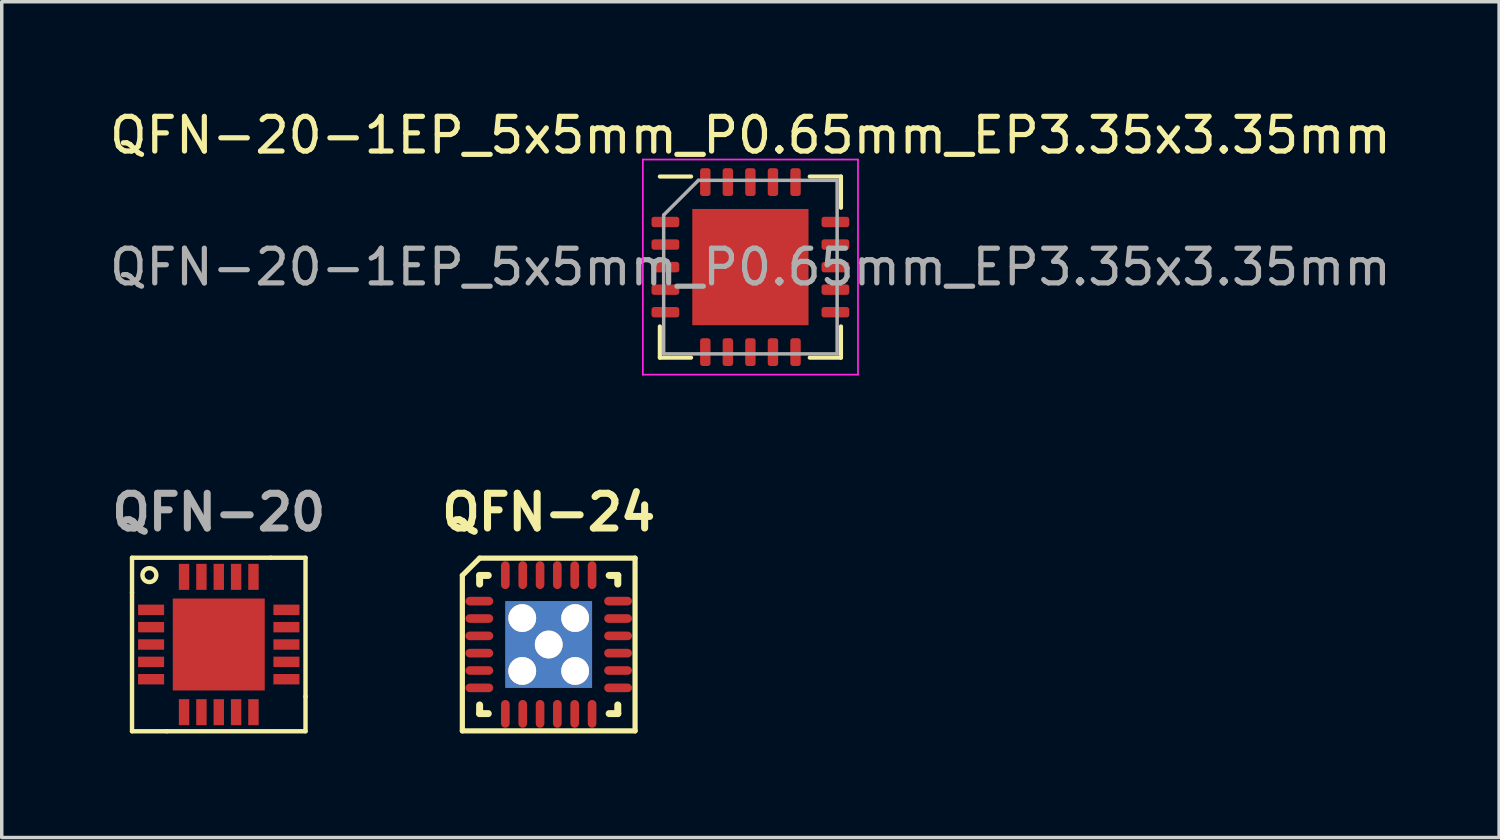
<source format=kicad_pcb>
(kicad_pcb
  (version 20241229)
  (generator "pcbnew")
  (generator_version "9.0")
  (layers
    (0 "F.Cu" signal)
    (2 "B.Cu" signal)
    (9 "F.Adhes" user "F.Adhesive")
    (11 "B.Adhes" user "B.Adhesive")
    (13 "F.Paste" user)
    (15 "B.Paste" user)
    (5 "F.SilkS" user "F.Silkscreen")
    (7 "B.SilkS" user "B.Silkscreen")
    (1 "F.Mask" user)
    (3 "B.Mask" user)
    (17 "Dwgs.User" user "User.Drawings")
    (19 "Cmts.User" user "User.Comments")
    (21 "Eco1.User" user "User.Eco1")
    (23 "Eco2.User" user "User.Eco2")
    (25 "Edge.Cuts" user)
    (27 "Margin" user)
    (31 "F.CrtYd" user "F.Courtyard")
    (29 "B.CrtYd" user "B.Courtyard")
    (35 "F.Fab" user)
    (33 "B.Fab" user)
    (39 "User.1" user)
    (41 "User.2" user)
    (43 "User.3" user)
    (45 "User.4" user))
  (footprint "QFN-20-1EP_5x5mm_P0.65mm_EP3.35x3.35mm"
    (layer "F.Cu")
    (at 18.577 4.648)
    (property "Reference" "QFN-20-1EP_5x5mm_P0.65mm_EP3.35x3.35mm" (at 0 -3.8 0) (layer "F.SilkS") (effects (font (size 1 1) (thickness 0.15))))
    (attr smd)
    (fp_line (start -2.61 2.61) (end -2.61 1.71) (stroke (width 0.12) (type solid)) (layer "F.SilkS"))
    (fp_line (start -1.71 -2.61) (end -2.61 -2.61) (stroke (width 0.12) (type solid)) (layer "F.SilkS"))
    (fp_line (start -1.71 2.61) (end -2.61 2.61) (stroke (width 0.12) (type solid)) (layer "F.SilkS"))
    (fp_line (start 1.71 -2.61) (end 2.61 -2.61) (stroke (width 0.12) (type solid)) (layer "F.SilkS"))
    (fp_line (start 1.71 2.61) (end 2.61 2.61) (stroke (width 0.12) (type solid)) (layer "F.SilkS"))
    (fp_line (start 2.61 -2.61) (end 2.61 -1.71) (stroke (width 0.12) (type solid)) (layer "F.SilkS"))
    (fp_line (start 2.61 2.61) (end 2.61 1.71) (stroke (width 0.12) (type solid)) (layer "F.SilkS"))
    (fp_line (start -3.1 -3.1) (end -3.1 3.1) (stroke (width 0.05) (type solid)) (layer "F.CrtYd"))
    (fp_line (start -3.1 3.1) (end 3.1 3.1) (stroke (width 0.05) (type solid)) (layer "F.CrtYd"))
    (fp_line (start 3.1 -3.1) (end -3.1 -3.1) (stroke (width 0.05) (type solid)) (layer "F.CrtYd"))
    (fp_line (start 3.1 3.1) (end 3.1 -3.1) (stroke (width 0.05) (type solid)) (layer "F.CrtYd"))
    (fp_line (start -2.5 -1.5) (end -1.5 -2.5) (stroke (width 0.1) (type solid)) (layer "F.Fab"))
    (fp_line (start -2.5 2.5) (end -2.5 -1.5) (stroke (width 0.1) (type solid)) (layer "F.Fab"))
    (fp_line (start -1.5 -2.5) (end 2.5 -2.5) (stroke (width 0.1) (type solid)) (layer "F.Fab"))
    (fp_line (start 2.5 -2.5) (end 2.5 2.5) (stroke (width 0.1) (type solid)) (layer "F.Fab"))
    (fp_line (start 2.5 2.5) (end -2.5 2.5) (stroke (width 0.1) (type solid)) (layer "F.Fab"))
    (fp_text user "${REFERENCE}" (at 0 0 0) (layer "F.Fab") (effects (font (size 1 1) (thickness 0.15))))
    (pad "" smd roundrect (at -0.84 -0.84) (size 1.35 1.35) (layers "F.Paste") (roundrect_rratio 0.185))
    (pad "" smd roundrect (at -0.84 0.84) (size 1.35 1.35) (layers "F.Paste") (roundrect_rratio 0.185))
    (pad "" smd roundrect (at 0.84 -0.84) (size 1.35 1.35) (layers "F.Paste") (roundrect_rratio 0.185))
    (pad "" smd roundrect (at 0.84 0.84) (size 1.35 1.35) (layers "F.Paste") (roundrect_rratio 0.185))
    (pad "1" smd roundrect (at -2.45 -1.3) (size 0.8 0.3) (layers "F.Cu" "F.Mask" "F.Paste") (roundrect_rratio 0.25))
    (pad "2" smd roundrect (at -2.45 -0.65) (size 0.8 0.3) (layers "F.Cu" "F.Mask" "F.Paste") (roundrect_rratio 0.25))
    (pad "3" smd roundrect (at -2.45 0) (size 0.8 0.3) (layers "F.Cu" "F.Mask" "F.Paste") (roundrect_rratio 0.25))
    (pad "4" smd roundrect (at -2.45 0.65) (size 0.8 0.3) (layers "F.Cu" "F.Mask" "F.Paste") (roundrect_rratio 0.25))
    (pad "5" smd roundrect (at -2.45 1.3) (size 0.8 0.3) (layers "F.Cu" "F.Mask" "F.Paste") (roundrect_rratio 0.25))
    (pad "6" smd roundrect (at -1.3 2.45) (size 0.3 0.8) (layers "F.Cu" "F.Mask" "F.Paste") (roundrect_rratio 0.25))
    (pad "7" smd roundrect (at -0.65 2.45) (size 0.3 0.8) (layers "F.Cu" "F.Mask" "F.Paste") (roundrect_rratio 0.25))
    (pad "8" smd roundrect (at 0 2.45) (size 0.3 0.8) (layers "F.Cu" "F.Mask" "F.Paste") (roundrect_rratio 0.25))
    (pad "9" smd roundrect (at 0.65 2.45) (size 0.3 0.8) (layers "F.Cu" "F.Mask" "F.Paste") (roundrect_rratio 0.25))
    (pad "10" smd roundrect (at 1.3 2.45) (size 0.3 0.8) (layers "F.Cu" "F.Mask" "F.Paste") (roundrect_rratio 0.25))
    (pad "11" smd roundrect (at 2.45 1.3) (size 0.8 0.3) (layers "F.Cu" "F.Mask" "F.Paste") (roundrect_rratio 0.25))
    (pad "12" smd roundrect (at 2.45 0.65) (size 0.8 0.3) (layers "F.Cu" "F.Mask" "F.Paste") (roundrect_rratio 0.25))
    (pad "13" smd roundrect (at 2.45 0) (size 0.8 0.3) (layers "F.Cu" "F.Mask" "F.Paste") (roundrect_rratio 0.25))
    (pad "14" smd roundrect (at 2.45 -0.65) (size 0.8 0.3) (layers "F.Cu" "F.Mask" "F.Paste") (roundrect_rratio 0.25))
    (pad "15" smd roundrect (at 2.45 -1.3) (size 0.8 0.3) (layers "F.Cu" "F.Mask" "F.Paste") (roundrect_rratio 0.25))
    (pad "16" smd roundrect (at 1.3 -2.45) (size 0.3 0.8) (layers "F.Cu" "F.Mask" "F.Paste") (roundrect_rratio 0.25))
    (pad "17" smd roundrect (at 0.65 -2.45) (size 0.3 0.8) (layers "F.Cu" "F.Mask" "F.Paste") (roundrect_rratio 0.25))
    (pad "18" smd roundrect (at 0 -2.45) (size 0.3 0.8) (layers "F.Cu" "F.Mask" "F.Paste") (roundrect_rratio 0.25))
    (pad "19" smd roundrect (at -0.65 -2.45) (size 0.3 0.8) (layers "F.Cu" "F.Mask" "F.Paste") (roundrect_rratio 0.25))
    (pad "20" smd roundrect (at -1.3 -2.45) (size 0.3 0.8) (layers "F.Cu" "F.Mask" "F.Paste") (roundrect_rratio 0.25))
    (pad "21" smd rect (at 0 0) (size 3.35 3.35) (layers "F.Cu" "F.Mask")))
  (footprint "QFN-20"
    (layer "F.Cu")
    (at 3.255 15.525)
    (property "Reference" "QFN-20" (at 0 -3.81 0) (layer "F.Fab") (effects (font (size 1.001 1.001) (thickness 0.203))))
    (attr through_hole)
    (fp_line (start -2.5 -2.5) (end -2.5 -1.5) (stroke (width 0.127) (type solid)) (layer "F.SilkS"))
    (fp_line (start -2.5 -1.5) (end -2.5 2.5) (stroke (width 0.127) (type solid)) (layer "F.SilkS"))
    (fp_line (start -2.5 2.5) (end -1.5 2.5) (stroke (width 0.127) (type solid)) (layer "F.SilkS"))
    (fp_line (start -1.5 2.5) (end 2.5 2.5) (stroke (width 0.127) (type solid)) (layer "F.SilkS"))
    (fp_line (start 1.5 -2.5) (end -2.5 -2.5) (stroke (width 0.127) (type solid)) (layer "F.SilkS"))
    (fp_line (start 2.5 -2.5) (end 1.5 -2.5) (stroke (width 0.127) (type solid)) (layer "F.SilkS"))
    (fp_line (start 2.5 1.5) (end 2.5 -2.5) (stroke (width 0.127) (type solid)) (layer "F.SilkS"))
    (fp_line (start 2.5 2.5) (end 2.5 1.5) (stroke (width 0.127) (type solid)) (layer "F.SilkS"))
    (fp_circle (center -2 -2) (end -2 -1.8) (stroke (width 0.127) (type solid)) (fill no) (layer "F.SilkS"))
    (pad "1" smd rect (at -1.95 -1) (size 0.75 0.3) (layers "F.Cu" "F.Mask" "F.Paste"))
    (pad "2" smd rect (at -1.95 -0.5) (size 0.75 0.3) (layers "F.Cu" "F.Mask" "F.Paste"))
    (pad "3" smd rect (at -1.95 0) (size 0.75 0.3) (layers "F.Cu" "F.Mask" "F.Paste"))
    (pad "4" smd rect (at -1.95 0.5) (size 0.75 0.3) (layers "F.Cu" "F.Mask" "F.Paste"))
    (pad "5" smd rect (at -1.95 1 90) (size 0.3 0.75) (layers "F.Cu" "F.Mask" "F.Paste"))
    (pad "6" smd rect (at -1 1.95 90) (size 0.75 0.3) (layers "F.Cu" "F.Mask" "F.Paste"))
    (pad "7" smd rect (at -0.5 1.95 90) (size 0.75 0.3) (layers "F.Cu" "F.Mask" "F.Paste"))
    (pad "8" smd rect (at 0 1.95 90) (size 0.75 0.3) (layers "F.Cu" "F.Mask" "F.Paste"))
    (pad "9" smd rect (at 0.5 1.95) (size 0.3 0.75) (layers "F.Cu" "F.Mask" "F.Paste"))
    (pad "10" smd rect (at 1 1.95) (size 0.3 0.75) (layers "F.Cu" "F.Mask" "F.Paste"))
    (pad "11" smd rect (at 1.95 1) (size 0.75 0.3) (layers "F.Cu" "F.Mask" "F.Paste"))
    (pad "12" smd rect (at 1.95 0.5) (size 0.75 0.3) (layers "F.Cu" "F.Mask" "F.Paste"))
    (pad "13" smd rect (at 1.95 0 270) (size 0.3 0.75) (layers "F.Cu" "F.Mask" "F.Paste"))
    (pad "14" smd rect (at 1.95 -0.5 270) (size 0.3 0.75) (layers "F.Cu" "F.Mask" "F.Paste"))
    (pad "15" smd rect (at 1.95 -1 270) (size 0.3 0.75) (layers "F.Cu" "F.Mask" "F.Paste"))
    (pad "16" smd rect (at 1 -1.95 270) (size 0.75 0.3) (layers "F.Cu" "F.Mask" "F.Paste"))
    (pad "17" smd rect (at 0.5 -1.95 270) (size 0.75 0.3) (layers "F.Cu" "F.Mask" "F.Paste"))
    (pad "18" smd rect (at 0 -1.95 270) (size 0.75 0.3) (layers "F.Cu" "F.Mask" "F.Paste"))
    (pad "19" smd rect (at -0.5 -1.95 270) (size 0.75 0.3) (layers "F.Cu" "F.Mask" "F.Paste"))
    (pad "20" smd rect (at -1 -1.95 270) (size 0.75 0.3) (layers "F.Cu" "F.Mask" "F.Paste"))
    (pad "21" smd rect (at 0 0) (size 2.65 2.65) (layers "F.Cu" "F.Mask" "F.Paste")))
  (footprint "QFN-24"
    (layer "F.Cu")
    (at 12.764 15.525)
    (property "Reference" "QFN-24" (at 0 -3.81 0) (layer "F.SilkS") (effects (font (size 1.001 1.001) (thickness 0.203))))
    (attr through_hole)
    (fp_line (start -2.489 -1.991) (end -2.489 2.489) (stroke (width 0.15) (type solid)) (layer "F.SilkS"))
    (fp_line (start -2.489 -1.991) (end -1.991 -2.489) (stroke (width 0.15) (type solid)) (layer "F.SilkS"))
    (fp_line (start -1.991 -2.489) (end 2.489 -2.489) (stroke (width 0.15) (type solid)) (layer "F.SilkS"))
    (fp_line (start -1.991 -1.991) (end -1.742 -1.991) (stroke (width 0.201) (type solid)) (layer "F.SilkS"))
    (fp_line (start -1.991 -1.742) (end -1.991 -1.991) (stroke (width 0.201) (type solid)) (layer "F.SilkS"))
    (fp_line (start -1.991 1.991) (end -1.991 1.742) (stroke (width 0.201) (type solid)) (layer "F.SilkS"))
    (fp_line (start -1.742 1.991) (end -1.991 1.991) (stroke (width 0.201) (type solid)) (layer "F.SilkS"))
    (fp_line (start 1.742 -1.991) (end 1.991 -1.991) (stroke (width 0.201) (type solid)) (layer "F.SilkS"))
    (fp_line (start 1.991 -1.991) (end 1.991 -1.742) (stroke (width 0.201) (type solid)) (layer "F.SilkS"))
    (fp_line (start 1.991 1.742) (end 1.991 1.991) (stroke (width 0.201) (type solid)) (layer "F.SilkS"))
    (fp_line (start 1.991 1.991) (end 1.742 1.991) (stroke (width 0.201) (type solid)) (layer "F.SilkS"))
    (fp_line (start 2.489 -2.489) (end 2.489 2.489) (stroke (width 0.15) (type solid)) (layer "F.SilkS"))
    (fp_line (start 2.489 2.489) (end -2.489 2.489) (stroke (width 0.15) (type solid)) (layer "F.SilkS"))
    (pad "" np_thru_hole circle (at -0.762 -0.762 270) (size 0.8 0.8) (drill 0.8) (layers "*.Cu" "*.SilkS" "*.Mask"))
    (pad "" np_thru_hole circle (at -0.762 0.762 270) (size 0.8 0.8) (drill 0.8) (layers "*.Cu" "*.SilkS" "*.Mask"))
    (pad "" np_thru_hole circle (at 0 0 270) (size 0.8 0.8) (drill 0.8) (layers "*.Cu" "*.SilkS" "*.Mask"))
    (pad "" smd rect (at 0 0 270) (size 2.499 2.499) (layers "*.Cu" "F.Mask" "F.Paste"))
    (pad "" np_thru_hole circle (at 0.762 -0.762 270) (size 0.8 0.8) (drill 0.8) (layers "*.Cu" "*.SilkS" "*.Mask"))
    (pad "" np_thru_hole circle (at 0.762 0.762 270) (size 0.8 0.8) (drill 0.8) (layers "*.Cu" "*.SilkS" "*.Mask"))
    (pad "1" smd oval (at -1.999 -1.25) (size 0.8 0.249) (layers "F.Cu" "F.Mask" "F.Paste"))
    (pad "2" smd oval (at -1.999 -0.749) (size 0.8 0.249) (layers "F.Cu" "F.Mask" "F.Paste"))
    (pad "3" smd oval (at -1.999 -0.249) (size 0.8 0.249) (layers "F.Cu" "F.Mask" "F.Paste"))
    (pad "4" smd oval (at -1.999 0.249) (size 0.8 0.249) (layers "F.Cu" "F.Mask" "F.Paste"))
    (pad "5" smd oval (at -1.999 0.749) (size 0.8 0.249) (layers "F.Cu" "F.Mask" "F.Paste"))
    (pad "6" smd oval (at -1.999 1.25) (size 0.8 0.249) (layers "F.Cu" "F.Mask" "F.Paste"))
    (pad "7" smd oval (at -1.25 1.999 90) (size 0.8 0.249) (layers "F.Cu" "F.Mask" "F.Paste"))
    (pad "8" smd oval (at -0.749 1.999 90) (size 0.8 0.249) (layers "F.Cu" "F.Mask" "F.Paste"))
    (pad "9" smd oval (at -0.249 1.999 90) (size 0.8 0.249) (layers "F.Cu" "F.Mask" "F.Paste"))
    (pad "10" smd oval (at 0.249 1.999 90) (size 0.8 0.249) (layers "F.Cu" "F.Mask" "F.Paste"))
    (pad "11" smd oval (at 0.749 1.999 90) (size 0.8 0.249) (layers "F.Cu" "F.Mask" "F.Paste"))
    (pad "12" smd oval (at 1.25 1.999 90) (size 0.8 0.249) (layers "F.Cu" "F.Mask" "F.Paste"))
    (pad "13" smd oval (at 1.999 1.25 180) (size 0.8 0.249) (layers "F.Cu" "F.Mask" "F.Paste"))
    (pad "14" smd oval (at 1.999 0.749 180) (size 0.8 0.249) (layers "F.Cu" "F.Mask" "F.Paste"))
    (pad "15" smd oval (at 1.999 0.249 180) (size 0.8 0.249) (layers "F.Cu" "F.Mask" "F.Paste"))
    (pad "16" smd oval (at 1.999 -0.249 180) (size 0.8 0.249) (layers "F.Cu" "F.Mask" "F.Paste"))
    (pad "17" smd oval (at 1.999 -0.749 180) (size 0.8 0.249) (layers "F.Cu" "F.Mask" "F.Paste"))
    (pad "18" smd oval (at 1.999 -1.25 180) (size 0.8 0.249) (layers "F.Cu" "F.Mask" "F.Paste"))
    (pad "19" smd oval (at 1.25 -1.999 270) (size 0.8 0.249) (layers "F.Cu" "F.Mask" "F.Paste"))
    (pad "20" smd oval (at 0.749 -1.999 270) (size 0.8 0.249) (layers "F.Cu" "F.Mask" "F.Paste"))
    (pad "21" smd oval (at 0.249 -1.999 270) (size 0.8 0.249) (layers "F.Cu" "F.Mask" "F.Paste"))
    (pad "22" smd oval (at -0.249 -1.999 270) (size 0.8 0.249) (layers "F.Cu" "F.Mask" "F.Paste"))
    (pad "23" smd oval (at -0.749 -1.999 270) (size 0.8 0.249) (layers "F.Cu" "F.Mask" "F.Paste"))
    (pad "24" smd oval (at -1.25 -1.999 270) (size 0.8 0.249) (layers "F.Cu" "F.Mask" "F.Paste")))
  (gr_rect
    (start -3 -3)
    (end 40.155 21.089)
    (stroke (width 0.1) (type default))
    (fill no)
    (layer "Edge.Cuts")))
</source>
